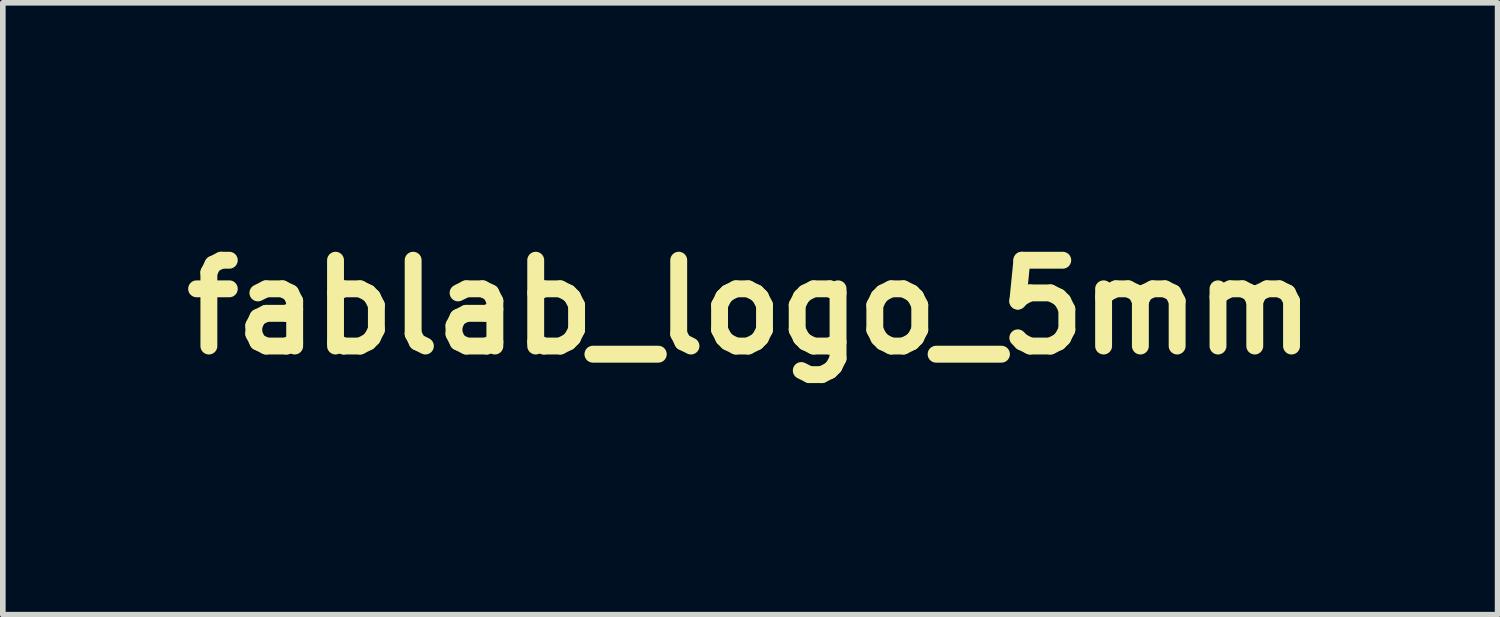
<source format=kicad_pcb>
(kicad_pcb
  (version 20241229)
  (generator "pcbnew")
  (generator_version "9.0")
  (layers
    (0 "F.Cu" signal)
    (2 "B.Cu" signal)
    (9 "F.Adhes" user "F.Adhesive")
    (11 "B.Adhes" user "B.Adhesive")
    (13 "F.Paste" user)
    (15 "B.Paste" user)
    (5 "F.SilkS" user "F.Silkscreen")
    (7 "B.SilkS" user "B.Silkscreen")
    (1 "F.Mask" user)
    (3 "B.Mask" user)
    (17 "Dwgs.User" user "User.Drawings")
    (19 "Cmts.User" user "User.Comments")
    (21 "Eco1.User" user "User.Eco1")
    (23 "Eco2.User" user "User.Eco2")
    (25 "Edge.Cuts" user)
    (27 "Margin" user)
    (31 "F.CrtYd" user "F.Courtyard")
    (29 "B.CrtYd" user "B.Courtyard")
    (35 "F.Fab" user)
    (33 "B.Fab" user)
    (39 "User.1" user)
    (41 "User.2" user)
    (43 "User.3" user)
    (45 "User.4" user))
  (footprint "fablab_logo_5mm"
    (layer "F.Cu")
    (at 10.276 2.407)
    (property "Reference" "fablab_logo_5mm" (at 0 0 0) (layer "F.SilkS") (effects (font (size 1.524 1.524) (thickness 0.3))))
    (attr through_hole)
    (fp_poly (pts (xy 2.184 -1.107) (xy 2.21 -1.064) (xy 2.245 -0.985) (xy 2.285 -0.879) (xy 2.326 -0.758) (xy 2.364 -0.633) (xy 2.396 -0.516) (xy 2.41 -0.451) (xy 2.441 -0.238) (xy 2.451 -0.001) (xy 2.443 0.242) (xy 2.416 0.473) (xy 2.38 0.638) (xy 2.266 0.966) (xy 2.11 1.269) (xy 1.916 1.545) (xy 1.687 1.789) (xy 1.427 2.001) (xy 1.139 2.175) (xy 0.828 2.31) (xy 0.496 2.403) (xy 0.257 2.44) (xy 0.1 2.457) (xy 0.1 2.214) (xy 1.027 1.679) (xy 1.954 1.145) (xy 1.954 0.397) (xy 1.822 0.474) (xy 1.748 0.519) (xy 1.69 0.554) (xy 1.665 0.57) (xy 1.643 0.6) (xy 1.606 0.663) (xy 1.562 0.748) (xy 1.547 0.779) (xy 1.446 0.95) (xy 1.328 1.094) (xy 1.197 1.209) (xy 1.058 1.294) (xy 0.919 1.345) (xy 0.783 1.362) (xy 0.656 1.343) (xy 0.544 1.286) (xy 0.451 1.189) (xy 0.429 1.153) (xy 0.371 1.001) (xy 0.354 0.83) (xy 0.375 0.647) (xy 0.432 0.46) (xy 0.524 0.276) (xy 0.649 0.104) (xy 0.716 0.031) (xy 0.851 -0.089) (xy 0.976 -0.169) (xy 1.103 -0.211) (xy 1.242 -0.222) (xy 1.27 -0.22) (xy 1.373 -0.209) (xy 1.441 -0.186) (xy 1.487 -0.153) (xy 1.549 -0.096) (xy 1.751 -0.204) (xy 1.953 -0.313) (xy 1.953 -0.655) (xy 1.954 -0.997) (xy 2.06 -1.06) (xy 2.125 -1.094) (xy 2.171 -1.108) (xy 2.184 -1.107)) (stroke (width 0.01) (type solid)) (fill yes) (layer "F.Mask"))
    (fp_poly (pts (xy 0.321 -2.392) (xy 0.418 -2.381) (xy 0.727 -2.307) (xy 1.031 -2.191) (xy 1.318 -2.036) (xy 1.58 -1.848) (xy 1.789 -1.652) (xy 1.861 -1.57) (xy 1.932 -1.484) (xy 1.995 -1.402) (xy 2.044 -1.332) (xy 2.072 -1.284) (xy 2.075 -1.268) (xy 2.05 -1.253) (xy 1.997 -1.222) (xy 1.971 -1.207) (xy 1.875 -1.152) (xy 0.964 -1.678) (xy 0.768 -1.79) (xy 0.586 -1.895) (xy 0.421 -1.988) (xy 0.278 -2.068) (xy 0.163 -2.132) (xy 0.079 -2.177) (xy 0.031 -2.201) (xy 0.022 -2.204) (xy -0.009 -2.192) (xy -0.075 -2.16) (xy -0.167 -2.11) (xy -0.276 -2.049) (xy -0.318 -2.025) (xy -0.45 -1.947) (xy -0.539 -1.889) (xy -0.588 -1.85) (xy -0.6 -1.827) (xy -0.596 -1.824) (xy -0.504 -1.765) (xy -0.424 -1.728) (xy -0.341 -1.707) (xy -0.239 -1.699) (xy -0.104 -1.7) (xy -0.1 -1.7) (xy 0.137 -1.692) (xy 0.34 -1.653) (xy 0.512 -1.583) (xy 0.594 -1.531) (xy 0.715 -1.418) (xy 0.791 -1.296) (xy 0.822 -1.168) (xy 0.81 -1.041) (xy 0.756 -0.919) (xy 0.662 -0.807) (xy 0.529 -0.71) (xy 0.359 -0.635) (xy 0.332 -0.626) (xy 0.155 -0.589) (xy -0.042 -0.577) (xy -0.238 -0.59) (xy -0.411 -0.627) (xy -0.413 -0.628) (xy -0.575 -0.697) (xy -0.709 -0.789) (xy -0.811 -0.897) (xy -0.876 -1.016) (xy -0.898 -1.139) (xy -0.895 -1.176) (xy -0.882 -1.271) (xy -1.255 -1.483) (xy -1.545 -1.317) (xy -1.835 -1.152) (xy -1.926 -1.207) (xy -1.984 -1.242) (xy -2.021 -1.265) (xy -2.026 -1.269) (xy -2.022 -1.295) (xy -1.989 -1.35) (xy -1.934 -1.425) (xy -1.862 -1.514) (xy -1.78 -1.609) (xy -1.718 -1.675) (xy -1.464 -1.904) (xy -1.179 -2.095) (xy -0.869 -2.245) (xy -0.613 -2.331) (xy -0.457 -2.363) (xy -0.269 -2.387) (xy -0.065 -2.4) (xy 0.137 -2.402) (xy 0.321 -2.392)) (stroke (width 0.01) (type solid)) (fill yes) (layer "F.Mask"))
    (fp_poly (pts (xy -2.084 -1.09) (xy -2.03 -1.06) (xy -2.013 -1.05) (xy -1.929 -0.998) (xy -1.929 0.09) (xy -1.928 0.317) (xy -1.927 0.529) (xy -1.925 0.719) (xy -1.923 0.882) (xy -1.92 1.013) (xy -1.916 1.108) (xy -1.913 1.162) (xy -1.91 1.172) (xy -1.875 1.178) (xy -1.821 1.205) (xy -1.763 1.242) (xy -1.716 1.279) (xy -1.695 1.306) (xy -1.696 1.31) (xy -1.694 1.323) (xy -1.683 1.318) (xy -1.652 1.321) (xy -1.597 1.341) (xy -1.531 1.372) (xy -1.47 1.406) (xy -1.426 1.436) (xy -1.414 1.455) (xy -1.414 1.456) (xy -1.402 1.466) (xy -1.37 1.472) (xy -1.345 1.472) (xy -1.33 1.461) (xy -1.322 1.43) (xy -1.322 1.37) (xy -1.326 1.272) (xy -1.328 1.233) (xy -1.33 1.202) (xy -0.451 1.202) (xy -0.442 1.223) (xy -0.434 1.219) (xy -0.431 1.189) (xy -0.434 1.186) (xy -0.449 1.189) (xy -0.451 1.202) (xy -1.33 1.202) (xy -1.332 1.165) (xy -0.501 1.165) (xy -0.488 1.177) (xy -0.476 1.165) (xy -0.488 1.152) (xy -0.501 1.165) (xy -1.332 1.165) (xy -1.336 1.116) (xy -1.346 1.033) (xy -1.364 0.971) (xy -1.392 0.914) (xy -1.423 0.864) (xy -1.378 0.864) (xy -1.365 0.877) (xy -1.353 0.864) (xy -1.365 0.852) (xy -1.378 0.864) (xy -1.423 0.864) (xy -1.503 0.714) (xy -0.351 0.714) (xy -0.338 0.726) (xy -0.326 0.714) (xy -0.338 0.701) (xy -0.351 0.714) (xy -1.503 0.714) (xy -1.517 0.688) (xy -1.573 0.514) (xy -0.476 0.514) (xy -0.463 0.526) (xy -0.451 0.514) (xy -0.463 0.501) (xy -0.476 0.514) (xy -1.573 0.514) (xy -1.575 0.508) (xy -1.597 0.331) (xy -1.583 0.164) (xy -1.532 0.016) (xy -1.445 -0.107) (xy -1.44 -0.113) (xy -1.428 -0.113) (xy -1.415 -0.1) (xy -1.403 -0.113) (xy -1.415 -0.125) (xy -1.428 -0.113) (xy -1.44 -0.113) (xy -1.425 -0.127) (xy -1.381 -0.163) (xy -1.102 -0.163) (xy -1.09 -0.15) (xy -1.077 -0.163) (xy -1.09 -0.175) (xy -1.102 -0.163) (xy -1.381 -0.163) (xy -1.377 -0.167) (xy -1.331 -0.19) (xy -1.271 -0.202) (xy -1.183 -0.207) (xy -1.14 -0.207) (xy -1.057 -0.2) (xy -0.971 -0.178) (xy -0.894 -0.148) (xy -0.838 -0.115) (xy -0.814 -0.082) (xy -0.817 -0.07) (xy -0.819 -0.054) (xy -0.806 -0.06) (xy -0.77 -0.055) (xy -0.714 -0.017) (xy -0.647 0.045) (xy -0.577 0.122) (xy -0.511 0.205) (xy -0.458 0.286) (xy -0.424 0.355) (xy -0.417 0.387) (xy -0.408 0.428) (xy -0.395 0.435) (xy -0.375 0.447) (xy -0.354 0.497) (xy -0.334 0.574) (xy -0.318 0.667) (xy -0.307 0.765) (xy -0.305 0.856) (xy -0.306 0.873) (xy -0.321 0.992) (xy -0.35 1.097) (xy -0.387 1.179) (xy -0.429 1.228) (xy -0.458 1.237) (xy -0.488 1.243) (xy -0.488 1.254) (xy -0.496 1.281) (xy -0.526 1.31) (xy -0.548 1.329) (xy -0.563 1.356) (xy -0.57 1.399) (xy -0.573 1.47) (xy -0.572 1.576) (xy -0.571 1.642) (xy -0.564 1.938) (xy -0.471 1.99) (xy -0.4 2.03) (xy -0.307 2.082) (xy -0.227 2.126) (xy -0.075 2.211) (xy -0.075 2.333) (xy -0.076 2.403) (xy -0.079 2.445) (xy -0.081 2.452) (xy -0.107 2.447) (xy -0.17 2.439) (xy -0.253 2.429) (xy -0.379 2.41) (xy -0.511 2.383) (xy -0.642 2.35) (xy -0.763 2.314) (xy -0.866 2.278) (xy -0.89 2.267) (xy -0.2 2.267) (xy -0.188 2.279) (xy -0.175 2.267) (xy -0.188 2.254) (xy -0.2 2.267) (xy -0.89 2.267) (xy -0.942 2.244) (xy -0.945 2.242) (xy -0.726 2.242) (xy -0.714 2.254) (xy -0.701 2.242) (xy -0.714 2.229) (xy -0.726 2.242) (xy -0.945 2.242) (xy -0.98 2.217) (xy -0.927 2.217) (xy -0.914 2.229) (xy -0.902 2.217) (xy -0.914 2.204) (xy -0.927 2.217) (xy -0.98 2.217) (xy -0.983 2.215) (xy -0.986 2.199) (xy -0.985 2.183) (xy -0.997 2.189) (xy -1.036 2.188) (xy -1.093 2.167) (xy -0.301 2.167) (xy -0.288 2.179) (xy -0.276 2.167) (xy -0.288 2.154) (xy -0.301 2.167) (xy -1.093 2.167) (xy -1.102 2.163) (xy -1.186 2.121) (xy -1.278 2.067) (xy -1.3 2.052) (xy -0.495 2.052) (xy -0.491 2.054) (xy -0.475 2.042) (xy -0.426 2.042) (xy -0.413 2.054) (xy -0.401 2.042) (xy -0.413 2.029) (xy -0.426 2.042) (xy -0.475 2.042) (xy -0.469 2.036) (xy -0.463 2.029) (xy -0.457 2.006) (xy -0.46 2.004) (xy -0.483 2.022) (xy -0.488 2.029) (xy -0.495 2.052) (xy -1.3 2.052) (xy -1.367 2.008) (xy -1.389 1.991) (xy -1.227 1.991) (xy -1.215 2.004) (xy -1.202 1.991) (xy -1.215 1.979) (xy -1.227 1.991) (xy -1.389 1.991) (xy -1.443 1.951) (xy -1.497 1.901) (xy -1.518 1.866) (xy -1.517 1.861) (xy -1.517 1.838) (xy -1.528 1.841) (xy -1.563 1.84) (xy -1.61 1.817) (xy -1.649 1.783) (xy -1.657 1.766) (xy -1.553 1.766) (xy -1.541 1.779) (xy -1.528 1.766) (xy -1.541 1.753) (xy -1.553 1.766) (xy -1.657 1.766) (xy -1.664 1.752) (xy -1.662 1.747) (xy -1.662 1.733) (xy -1.673 1.738) (xy -1.704 1.731) (xy -1.742 1.691) (xy -1.728 1.691) (xy -1.716 1.703) (xy -1.703 1.691) (xy -1.716 1.678) (xy -1.728 1.691) (xy -1.742 1.691) (xy -1.743 1.69) (xy -1.746 1.685) (xy -1.79 1.626) (xy -1.841 1.566) (xy -1.753 1.566) (xy -1.741 1.578) (xy -1.728 1.566) (xy -1.741 1.553) (xy -1.753 1.566) (xy -1.841 1.566) (xy -1.852 1.553) (xy -1.885 1.516) (xy -1.919 1.476) (xy -1.497 1.476) (xy -1.493 1.478) (xy -1.471 1.46) (xy -1.465 1.453) (xy -1.459 1.429) (xy -1.462 1.428) (xy -1.485 1.445) (xy -1.49 1.453) (xy -1.497 1.476) (xy -1.919 1.476) (xy -1.936 1.456) (xy -1.959 1.415) (xy -1.653 1.415) (xy -1.641 1.428) (xy -1.628 1.415) (xy -1.553 1.415) (xy -1.541 1.428) (xy -1.528 1.415) (xy -1.541 1.403) (xy -1.553 1.415) (xy -1.628 1.415) (xy -1.641 1.403) (xy -1.653 1.415) (xy -1.959 1.415) (xy -1.965 1.406) (xy -1.968 1.385) (xy -1.972 1.36) (xy -1.984 1.359) (xy -2.008 1.341) (xy -2.026 1.315) (xy -1.954 1.315) (xy -1.941 1.328) (xy -1.929 1.315) (xy -1.941 1.303) (xy -1.954 1.315) (xy -2.026 1.315) (xy -2.047 1.285) (xy -2.095 1.202) (xy -2.101 1.19) (xy -2.004 1.19) (xy -1.991 1.202) (xy -1.979 1.19) (xy -1.991 1.177) (xy -2.004 1.19) (xy -2.101 1.19) (xy -2.147 1.099) (xy -2.2 0.988) (xy -2.248 0.875) (xy -2.287 0.772) (xy -2.298 0.739) (xy -2.332 0.618) (xy -2.364 0.484) (xy -2.382 0.391) (xy -2.393 0.297) (xy -2.399 0.178) (xy -2.401 0.046) (xy -2.399 -0.088) (xy -2.393 -0.214) (xy -2.384 -0.321) (xy -2.372 -0.399) (xy -2.359 -0.433) (xy -2.341 -0.469) (xy -2.344 -0.482) (xy -2.347 -0.515) (xy -2.333 -0.583) (xy -2.306 -0.673) (xy -2.27 -0.777) (xy -2.237 -0.864) (xy -2.204 -0.864) (xy -2.192 -0.852) (xy -2.179 -0.864) (xy -2.192 -0.877) (xy -2.204 -0.864) (xy -2.237 -0.864) (xy -2.23 -0.881) (xy -2.216 -0.914) (xy -2.079 -0.914) (xy -2.067 -0.902) (xy -2.054 -0.914) (xy -2.067 -0.927) (xy -2.079 -0.914) (xy -2.216 -0.914) (xy -2.206 -0.939) (xy -2.004 -0.939) (xy -1.991 -0.927) (xy -1.979 -0.939) (xy -1.991 -0.952) (xy -2.004 -0.939) (xy -2.206 -0.939) (xy -2.19 -0.977) (xy -2.184 -0.989) (xy -2.029 -0.989) (xy -2.016 -0.977) (xy -2.004 -0.989) (xy -2.016 -1.002) (xy -2.029 -0.989) (xy -2.184 -0.989) (xy -2.159 -1.04) (xy -2.079 -1.04) (xy -2.067 -1.027) (xy -2.054 -1.04) (xy -2.067 -1.052) (xy -2.079 -1.04) (xy -2.159 -1.04) (xy -2.153 -1.052) (xy -2.124 -1.095) (xy -2.113 -1.102) (xy -2.084 -1.09)) (stroke (width 0.01) (type solid)) (fill yes) (layer "F.Mask")))
  (gr_rect
    (start -3 -3)
    (end 23.552 7.869)
    (stroke (width 0.1) (type default))
    (fill no)
    (layer "Edge.Cuts")))
</source>
